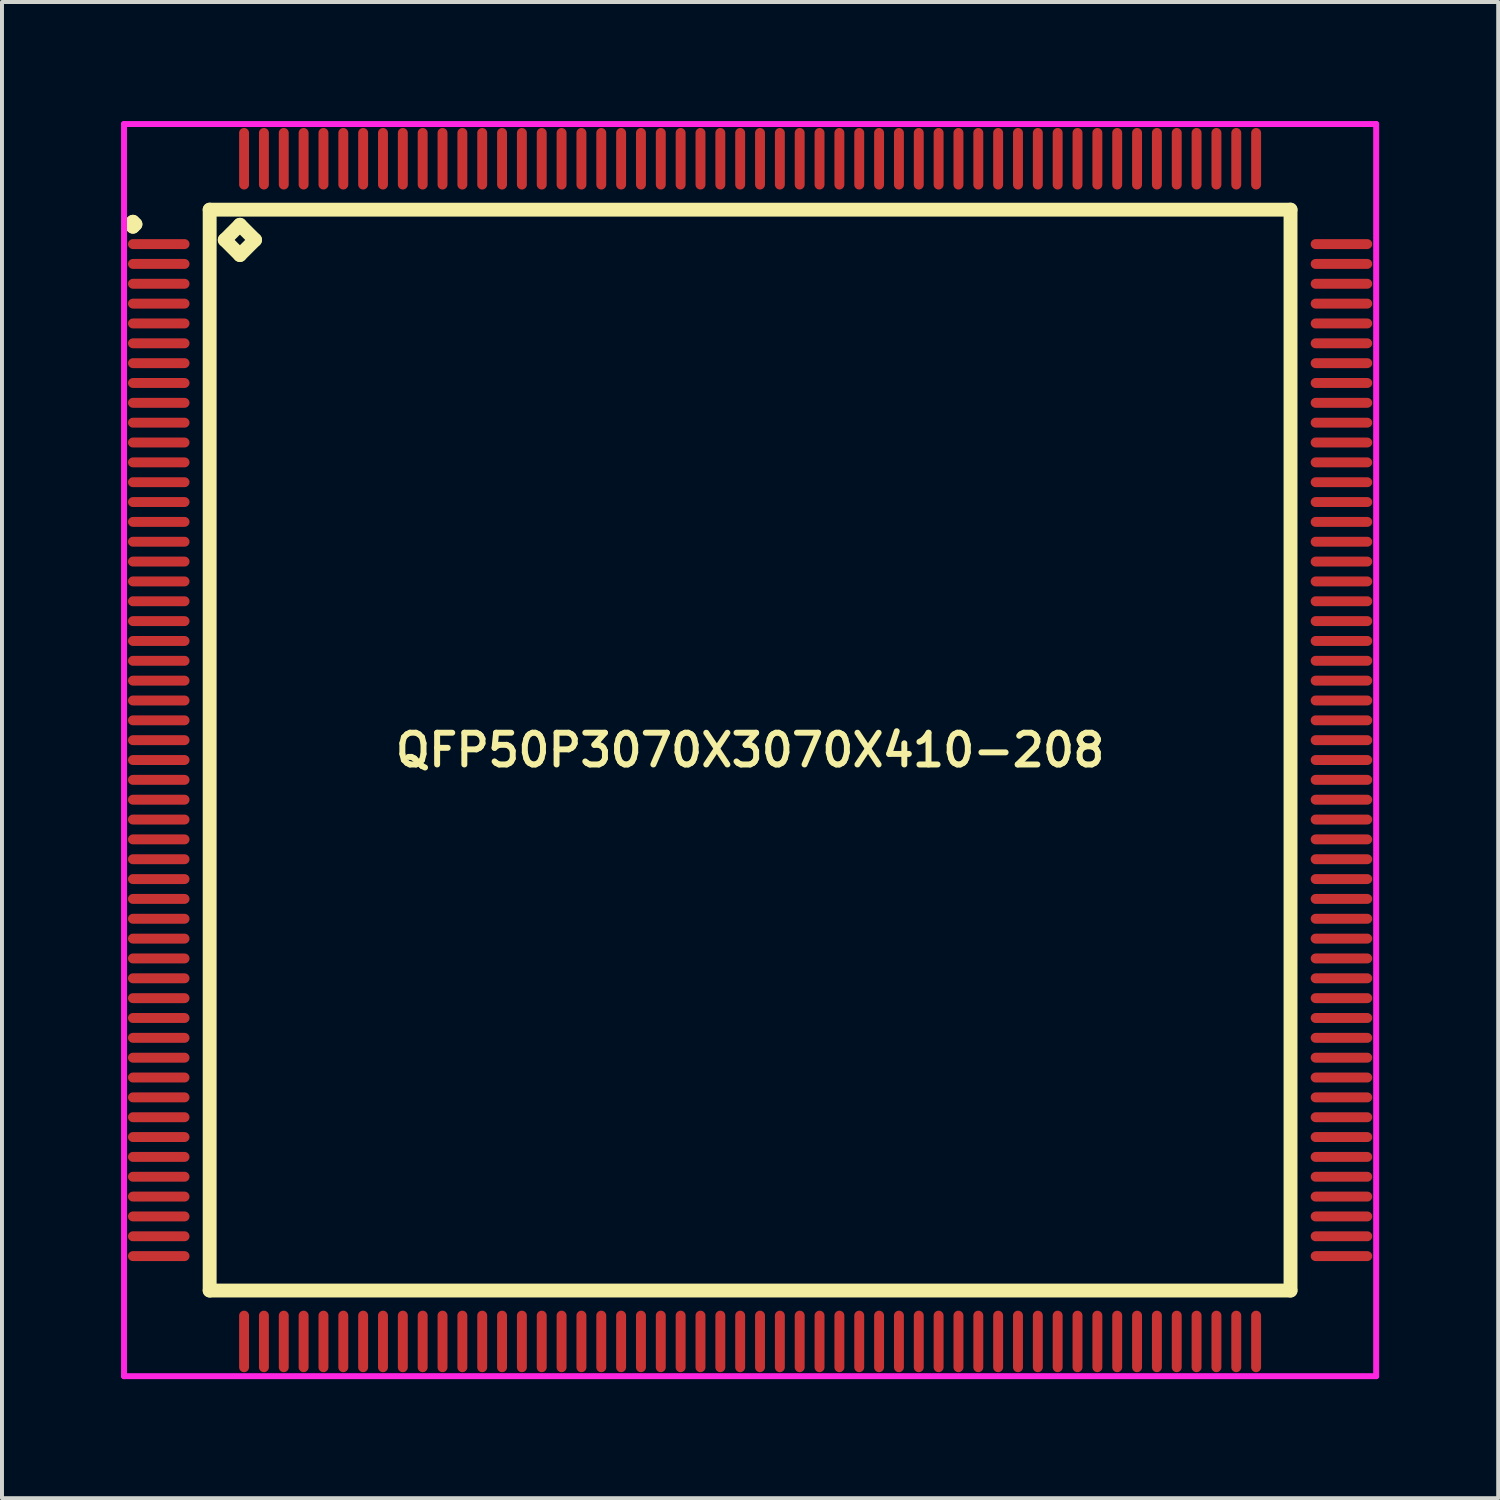
<source format=kicad_pcb>
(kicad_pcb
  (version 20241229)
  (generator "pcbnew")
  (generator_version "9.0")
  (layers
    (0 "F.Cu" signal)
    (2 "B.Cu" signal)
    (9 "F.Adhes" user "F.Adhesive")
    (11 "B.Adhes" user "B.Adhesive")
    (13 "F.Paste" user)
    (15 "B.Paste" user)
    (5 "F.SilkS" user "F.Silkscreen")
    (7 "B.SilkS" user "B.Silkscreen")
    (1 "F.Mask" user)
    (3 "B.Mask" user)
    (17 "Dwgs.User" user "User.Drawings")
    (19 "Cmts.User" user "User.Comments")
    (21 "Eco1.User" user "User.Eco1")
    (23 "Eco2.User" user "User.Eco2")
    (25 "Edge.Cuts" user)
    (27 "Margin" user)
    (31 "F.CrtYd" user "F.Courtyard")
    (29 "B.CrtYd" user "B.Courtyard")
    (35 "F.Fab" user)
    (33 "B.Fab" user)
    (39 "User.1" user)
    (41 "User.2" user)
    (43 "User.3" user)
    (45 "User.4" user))
  (footprint "QFP50P3070X3070X410-208"
    (layer "F.Cu")
    (at 15.85 15.85)
    (property "Reference" "QFP50P3070X3070X410-208" (at 0 0 0) (layer "F.SilkS") (effects (font (size 0.8 0.8) (thickness 0.15))))
    (attr smd)
    (fp_line (start -15.613 -13.25) (end -15.55 -13.312) (stroke (width 0.35) (type solid)) (layer "F.SilkS"))
    (fp_line (start -15.55 -13.312) (end -15.488 -13.25) (stroke (width 0.35) (type solid)) (layer "F.SilkS"))
    (fp_line (start -15.55 -13.188) (end -15.613 -13.25) (stroke (width 0.35) (type solid)) (layer "F.SilkS"))
    (fp_line (start -15.488 -13.25) (end -15.55 -13.188) (stroke (width 0.35) (type solid)) (layer "F.SilkS"))
    (fp_line (start -13.617 -13.617) (end -13.617 13.617) (stroke (width 0.35) (type solid)) (layer "F.SilkS"))
    (fp_line (start -13.617 13.617) (end 13.617 13.617) (stroke (width 0.35) (type solid)) (layer "F.SilkS"))
    (fp_line (start -13.236 -12.855) (end -12.855 -13.236) (stroke (width 0.35) (type solid)) (layer "F.SilkS"))
    (fp_line (start -12.855 -13.236) (end -12.474 -12.855) (stroke (width 0.35) (type solid)) (layer "F.SilkS"))
    (fp_line (start -12.855 -12.474) (end -13.236 -12.855) (stroke (width 0.35) (type solid)) (layer "F.SilkS"))
    (fp_line (start -12.474 -12.855) (end -12.855 -12.474) (stroke (width 0.35) (type solid)) (layer "F.SilkS"))
    (fp_line (start 13.617 -13.617) (end -13.617 -13.617) (stroke (width 0.35) (type solid)) (layer "F.SilkS"))
    (fp_line (start 13.617 13.617) (end 13.617 -13.617) (stroke (width 0.35) (type solid)) (layer "F.SilkS"))
    (fp_line (start -15.775 -15.775) (end 15.775 -15.775) (stroke (width 0.15) (type solid)) (layer "F.CrtYd"))
    (fp_line (start -15.775 15.775) (end -15.775 -15.775) (stroke (width 0.15) (type solid)) (layer "F.CrtYd"))
    (fp_line (start 15.775 -15.775) (end 15.775 15.775) (stroke (width 0.15) (type solid)) (layer "F.CrtYd"))
    (fp_line (start 15.775 15.775) (end -15.775 15.775) (stroke (width 0.15) (type solid)) (layer "F.CrtYd"))
    (pad "1" smd oval (at -14.9 -12.75) (size 1.55 0.25) (layers "F.Cu" "F.Mask" "F.Paste"))
    (pad "2" smd oval (at -14.9 -12.25) (size 1.55 0.25) (layers "F.Cu" "F.Mask" "F.Paste"))
    (pad "3" smd oval (at -14.9 -11.75) (size 1.55 0.25) (layers "F.Cu" "F.Mask" "F.Paste"))
    (pad "4" smd oval (at -14.9 -11.25) (size 1.55 0.25) (layers "F.Cu" "F.Mask" "F.Paste"))
    (pad "5" smd oval (at -14.9 -10.75) (size 1.55 0.25) (layers "F.Cu" "F.Mask" "F.Paste"))
    (pad "6" smd oval (at -14.9 -10.25) (size 1.55 0.25) (layers "F.Cu" "F.Mask" "F.Paste"))
    (pad "7" smd oval (at -14.9 -9.75) (size 1.55 0.25) (layers "F.Cu" "F.Mask" "F.Paste"))
    (pad "8" smd oval (at -14.9 -9.25) (size 1.55 0.25) (layers "F.Cu" "F.Mask" "F.Paste"))
    (pad "9" smd oval (at -14.9 -8.75) (size 1.55 0.25) (layers "F.Cu" "F.Mask" "F.Paste"))
    (pad "10" smd oval (at -14.9 -8.25) (size 1.55 0.25) (layers "F.Cu" "F.Mask" "F.Paste"))
    (pad "11" smd oval (at -14.9 -7.75) (size 1.55 0.25) (layers "F.Cu" "F.Mask" "F.Paste"))
    (pad "12" smd oval (at -14.9 -7.25) (size 1.55 0.25) (layers "F.Cu" "F.Mask" "F.Paste"))
    (pad "13" smd oval (at -14.9 -6.75) (size 1.55 0.25) (layers "F.Cu" "F.Mask" "F.Paste"))
    (pad "14" smd oval (at -14.9 -6.25) (size 1.55 0.25) (layers "F.Cu" "F.Mask" "F.Paste"))
    (pad "15" smd oval (at -14.9 -5.75) (size 1.55 0.25) (layers "F.Cu" "F.Mask" "F.Paste"))
    (pad "16" smd oval (at -14.9 -5.25) (size 1.55 0.25) (layers "F.Cu" "F.Mask" "F.Paste"))
    (pad "17" smd oval (at -14.9 -4.75) (size 1.55 0.25) (layers "F.Cu" "F.Mask" "F.Paste"))
    (pad "18" smd oval (at -14.9 -4.25) (size 1.55 0.25) (layers "F.Cu" "F.Mask" "F.Paste"))
    (pad "19" smd oval (at -14.9 -3.75) (size 1.55 0.25) (layers "F.Cu" "F.Mask" "F.Paste"))
    (pad "20" smd oval (at -14.9 -3.25) (size 1.55 0.25) (layers "F.Cu" "F.Mask" "F.Paste"))
    (pad "21" smd oval (at -14.9 -2.75) (size 1.55 0.25) (layers "F.Cu" "F.Mask" "F.Paste"))
    (pad "22" smd oval (at -14.9 -2.25) (size 1.55 0.25) (layers "F.Cu" "F.Mask" "F.Paste"))
    (pad "23" smd oval (at -14.9 -1.75) (size 1.55 0.25) (layers "F.Cu" "F.Mask" "F.Paste"))
    (pad "24" smd oval (at -14.9 -1.25) (size 1.55 0.25) (layers "F.Cu" "F.Mask" "F.Paste"))
    (pad "25" smd oval (at -14.9 -0.75) (size 1.55 0.25) (layers "F.Cu" "F.Mask" "F.Paste"))
    (pad "26" smd oval (at -14.9 -0.25) (size 1.55 0.25) (layers "F.Cu" "F.Mask" "F.Paste"))
    (pad "27" smd oval (at -14.9 0.25) (size 1.55 0.25) (layers "F.Cu" "F.Mask" "F.Paste"))
    (pad "28" smd oval (at -14.9 0.75) (size 1.55 0.25) (layers "F.Cu" "F.Mask" "F.Paste"))
    (pad "29" smd oval (at -14.9 1.25) (size 1.55 0.25) (layers "F.Cu" "F.Mask" "F.Paste"))
    (pad "30" smd oval (at -14.9 1.75) (size 1.55 0.25) (layers "F.Cu" "F.Mask" "F.Paste"))
    (pad "31" smd oval (at -14.9 2.25) (size 1.55 0.25) (layers "F.Cu" "F.Mask" "F.Paste"))
    (pad "32" smd oval (at -14.9 2.75) (size 1.55 0.25) (layers "F.Cu" "F.Mask" "F.Paste"))
    (pad "33" smd oval (at -14.9 3.25) (size 1.55 0.25) (layers "F.Cu" "F.Mask" "F.Paste"))
    (pad "34" smd oval (at -14.9 3.75) (size 1.55 0.25) (layers "F.Cu" "F.Mask" "F.Paste"))
    (pad "35" smd oval (at -14.9 4.25) (size 1.55 0.25) (layers "F.Cu" "F.Mask" "F.Paste"))
    (pad "36" smd oval (at -14.9 4.75) (size 1.55 0.25) (layers "F.Cu" "F.Mask" "F.Paste"))
    (pad "37" smd oval (at -14.9 5.25) (size 1.55 0.25) (layers "F.Cu" "F.Mask" "F.Paste"))
    (pad "38" smd oval (at -14.9 5.75) (size 1.55 0.25) (layers "F.Cu" "F.Mask" "F.Paste"))
    (pad "39" smd oval (at -14.9 6.25) (size 1.55 0.25) (layers "F.Cu" "F.Mask" "F.Paste"))
    (pad "40" smd oval (at -14.9 6.75) (size 1.55 0.25) (layers "F.Cu" "F.Mask" "F.Paste"))
    (pad "41" smd oval (at -14.9 7.25) (size 1.55 0.25) (layers "F.Cu" "F.Mask" "F.Paste"))
    (pad "42" smd oval (at -14.9 7.75) (size 1.55 0.25) (layers "F.Cu" "F.Mask" "F.Paste"))
    (pad "43" smd oval (at -14.9 8.25) (size 1.55 0.25) (layers "F.Cu" "F.Mask" "F.Paste"))
    (pad "44" smd oval (at -14.9 8.75) (size 1.55 0.25) (layers "F.Cu" "F.Mask" "F.Paste"))
    (pad "45" smd oval (at -14.9 9.25) (size 1.55 0.25) (layers "F.Cu" "F.Mask" "F.Paste"))
    (pad "46" smd oval (at -14.9 9.75) (size 1.55 0.25) (layers "F.Cu" "F.Mask" "F.Paste"))
    (pad "47" smd oval (at -14.9 10.25) (size 1.55 0.25) (layers "F.Cu" "F.Mask" "F.Paste"))
    (pad "48" smd oval (at -14.9 10.75) (size 1.55 0.25) (layers "F.Cu" "F.Mask" "F.Paste"))
    (pad "49" smd oval (at -14.9 11.25) (size 1.55 0.25) (layers "F.Cu" "F.Mask" "F.Paste"))
    (pad "50" smd oval (at -14.9 11.75) (size 1.55 0.25) (layers "F.Cu" "F.Mask" "F.Paste"))
    (pad "51" smd oval (at -14.9 12.25) (size 1.55 0.25) (layers "F.Cu" "F.Mask" "F.Paste"))
    (pad "52" smd oval (at -14.9 12.75) (size 1.55 0.25) (layers "F.Cu" "F.Mask" "F.Paste"))
    (pad "53" smd oval (at -12.75 14.9) (size 0.25 1.55) (layers "F.Cu" "F.Mask" "F.Paste"))
    (pad "54" smd oval (at -12.25 14.9) (size 0.25 1.55) (layers "F.Cu" "F.Mask" "F.Paste"))
    (pad "55" smd oval (at -11.75 14.9) (size 0.25 1.55) (layers "F.Cu" "F.Mask" "F.Paste"))
    (pad "56" smd oval (at -11.25 14.9) (size 0.25 1.55) (layers "F.Cu" "F.Mask" "F.Paste"))
    (pad "57" smd oval (at -10.75 14.9) (size 0.25 1.55) (layers "F.Cu" "F.Mask" "F.Paste"))
    (pad "58" smd oval (at -10.25 14.9) (size 0.25 1.55) (layers "F.Cu" "F.Mask" "F.Paste"))
    (pad "59" smd oval (at -9.75 14.9) (size 0.25 1.55) (layers "F.Cu" "F.Mask" "F.Paste"))
    (pad "60" smd oval (at -9.25 14.9) (size 0.25 1.55) (layers "F.Cu" "F.Mask" "F.Paste"))
    (pad "61" smd oval (at -8.75 14.9) (size 0.25 1.55) (layers "F.Cu" "F.Mask" "F.Paste"))
    (pad "62" smd oval (at -8.25 14.9) (size 0.25 1.55) (layers "F.Cu" "F.Mask" "F.Paste"))
    (pad "63" smd oval (at -7.75 14.9) (size 0.25 1.55) (layers "F.Cu" "F.Mask" "F.Paste"))
    (pad "64" smd oval (at -7.25 14.9) (size 0.25 1.55) (layers "F.Cu" "F.Mask" "F.Paste"))
    (pad "65" smd oval (at -6.75 14.9) (size 0.25 1.55) (layers "F.Cu" "F.Mask" "F.Paste"))
    (pad "66" smd oval (at -6.25 14.9) (size 0.25 1.55) (layers "F.Cu" "F.Mask" "F.Paste"))
    (pad "67" smd oval (at -5.75 14.9) (size 0.25 1.55) (layers "F.Cu" "F.Mask" "F.Paste"))
    (pad "68" smd oval (at -5.25 14.9) (size 0.25 1.55) (layers "F.Cu" "F.Mask" "F.Paste"))
    (pad "69" smd oval (at -4.75 14.9) (size 0.25 1.55) (layers "F.Cu" "F.Mask" "F.Paste"))
    (pad "70" smd oval (at -4.25 14.9) (size 0.25 1.55) (layers "F.Cu" "F.Mask" "F.Paste"))
    (pad "71" smd oval (at -3.75 14.9) (size 0.25 1.55) (layers "F.Cu" "F.Mask" "F.Paste"))
    (pad "72" smd oval (at -3.25 14.9) (size 0.25 1.55) (layers "F.Cu" "F.Mask" "F.Paste"))
    (pad "73" smd oval (at -2.75 14.9) (size 0.25 1.55) (layers "F.Cu" "F.Mask" "F.Paste"))
    (pad "74" smd oval (at -2.25 14.9) (size 0.25 1.55) (layers "F.Cu" "F.Mask" "F.Paste"))
    (pad "75" smd oval (at -1.75 14.9) (size 0.25 1.55) (layers "F.Cu" "F.Mask" "F.Paste"))
    (pad "76" smd oval (at -1.25 14.9) (size 0.25 1.55) (layers "F.Cu" "F.Mask" "F.Paste"))
    (pad "77" smd oval (at -0.75 14.9) (size 0.25 1.55) (layers "F.Cu" "F.Mask" "F.Paste"))
    (pad "78" smd oval (at -0.25 14.9) (size 0.25 1.55) (layers "F.Cu" "F.Mask" "F.Paste"))
    (pad "79" smd oval (at 0.25 14.9) (size 0.25 1.55) (layers "F.Cu" "F.Mask" "F.Paste"))
    (pad "80" smd oval (at 0.75 14.9) (size 0.25 1.55) (layers "F.Cu" "F.Mask" "F.Paste"))
    (pad "81" smd oval (at 1.25 14.9) (size 0.25 1.55) (layers "F.Cu" "F.Mask" "F.Paste"))
    (pad "82" smd oval (at 1.75 14.9) (size 0.25 1.55) (layers "F.Cu" "F.Mask" "F.Paste"))
    (pad "83" smd oval (at 2.25 14.9) (size 0.25 1.55) (layers "F.Cu" "F.Mask" "F.Paste"))
    (pad "84" smd oval (at 2.75 14.9) (size 0.25 1.55) (layers "F.Cu" "F.Mask" "F.Paste"))
    (pad "85" smd oval (at 3.25 14.9) (size 0.25 1.55) (layers "F.Cu" "F.Mask" "F.Paste"))
    (pad "86" smd oval (at 3.75 14.9) (size 0.25 1.55) (layers "F.Cu" "F.Mask" "F.Paste"))
    (pad "87" smd oval (at 4.25 14.9) (size 0.25 1.55) (layers "F.Cu" "F.Mask" "F.Paste"))
    (pad "88" smd oval (at 4.75 14.9) (size 0.25 1.55) (layers "F.Cu" "F.Mask" "F.Paste"))
    (pad "89" smd oval (at 5.25 14.9) (size 0.25 1.55) (layers "F.Cu" "F.Mask" "F.Paste"))
    (pad "90" smd oval (at 5.75 14.9) (size 0.25 1.55) (layers "F.Cu" "F.Mask" "F.Paste"))
    (pad "91" smd oval (at 6.25 14.9) (size 0.25 1.55) (layers "F.Cu" "F.Mask" "F.Paste"))
    (pad "92" smd oval (at 6.75 14.9) (size 0.25 1.55) (layers "F.Cu" "F.Mask" "F.Paste"))
    (pad "93" smd oval (at 7.25 14.9) (size 0.25 1.55) (layers "F.Cu" "F.Mask" "F.Paste"))
    (pad "94" smd oval (at 7.75 14.9) (size 0.25 1.55) (layers "F.Cu" "F.Mask" "F.Paste"))
    (pad "95" smd oval (at 8.25 14.9) (size 0.25 1.55) (layers "F.Cu" "F.Mask" "F.Paste"))
    (pad "96" smd oval (at 8.75 14.9) (size 0.25 1.55) (layers "F.Cu" "F.Mask" "F.Paste"))
    (pad "97" smd oval (at 9.25 14.9) (size 0.25 1.55) (layers "F.Cu" "F.Mask" "F.Paste"))
    (pad "98" smd oval (at 9.75 14.9) (size 0.25 1.55) (layers "F.Cu" "F.Mask" "F.Paste"))
    (pad "99" smd oval (at 10.25 14.9) (size 0.25 1.55) (layers "F.Cu" "F.Mask" "F.Paste"))
    (pad "100" smd oval (at 10.75 14.9) (size 0.25 1.55) (layers "F.Cu" "F.Mask" "F.Paste"))
    (pad "101" smd oval (at 11.25 14.9) (size 0.25 1.55) (layers "F.Cu" "F.Mask" "F.Paste"))
    (pad "102" smd oval (at 11.75 14.9) (size 0.25 1.55) (layers "F.Cu" "F.Mask" "F.Paste"))
    (pad "103" smd oval (at 12.25 14.9) (size 0.25 1.55) (layers "F.Cu" "F.Mask" "F.Paste"))
    (pad "104" smd oval (at 12.75 14.9) (size 0.25 1.55) (layers "F.Cu" "F.Mask" "F.Paste"))
    (pad "105" smd oval (at 14.9 12.75) (size 1.55 0.25) (layers "F.Cu" "F.Mask" "F.Paste"))
    (pad "106" smd oval (at 14.9 12.25) (size 1.55 0.25) (layers "F.Cu" "F.Mask" "F.Paste"))
    (pad "107" smd oval (at 14.9 11.75) (size 1.55 0.25) (layers "F.Cu" "F.Mask" "F.Paste"))
    (pad "108" smd oval (at 14.9 11.25) (size 1.55 0.25) (layers "F.Cu" "F.Mask" "F.Paste"))
    (pad "109" smd oval (at 14.9 10.75) (size 1.55 0.25) (layers "F.Cu" "F.Mask" "F.Paste"))
    (pad "110" smd oval (at 14.9 10.25) (size 1.55 0.25) (layers "F.Cu" "F.Mask" "F.Paste"))
    (pad "111" smd oval (at 14.9 9.75) (size 1.55 0.25) (layers "F.Cu" "F.Mask" "F.Paste"))
    (pad "112" smd oval (at 14.9 9.25) (size 1.55 0.25) (layers "F.Cu" "F.Mask" "F.Paste"))
    (pad "113" smd oval (at 14.9 8.75) (size 1.55 0.25) (layers "F.Cu" "F.Mask" "F.Paste"))
    (pad "114" smd oval (at 14.9 8.25) (size 1.55 0.25) (layers "F.Cu" "F.Mask" "F.Paste"))
    (pad "115" smd oval (at 14.9 7.75) (size 1.55 0.25) (layers "F.Cu" "F.Mask" "F.Paste"))
    (pad "116" smd oval (at 14.9 7.25) (size 1.55 0.25) (layers "F.Cu" "F.Mask" "F.Paste"))
    (pad "117" smd oval (at 14.9 6.75) (size 1.55 0.25) (layers "F.Cu" "F.Mask" "F.Paste"))
    (pad "118" smd oval (at 14.9 6.25) (size 1.55 0.25) (layers "F.Cu" "F.Mask" "F.Paste"))
    (pad "119" smd oval (at 14.9 5.75) (size 1.55 0.25) (layers "F.Cu" "F.Mask" "F.Paste"))
    (pad "120" smd oval (at 14.9 5.25) (size 1.55 0.25) (layers "F.Cu" "F.Mask" "F.Paste"))
    (pad "121" smd oval (at 14.9 4.75) (size 1.55 0.25) (layers "F.Cu" "F.Mask" "F.Paste"))
    (pad "122" smd oval (at 14.9 4.25) (size 1.55 0.25) (layers "F.Cu" "F.Mask" "F.Paste"))
    (pad "123" smd oval (at 14.9 3.75) (size 1.55 0.25) (layers "F.Cu" "F.Mask" "F.Paste"))
    (pad "124" smd oval (at 14.9 3.25) (size 1.55 0.25) (layers "F.Cu" "F.Mask" "F.Paste"))
    (pad "125" smd oval (at 14.9 2.75) (size 1.55 0.25) (layers "F.Cu" "F.Mask" "F.Paste"))
    (pad "126" smd oval (at 14.9 2.25) (size 1.55 0.25) (layers "F.Cu" "F.Mask" "F.Paste"))
    (pad "127" smd oval (at 14.9 1.75) (size 1.55 0.25) (layers "F.Cu" "F.Mask" "F.Paste"))
    (pad "128" smd oval (at 14.9 1.25) (size 1.55 0.25) (layers "F.Cu" "F.Mask" "F.Paste"))
    (pad "129" smd oval (at 14.9 0.75) (size 1.55 0.25) (layers "F.Cu" "F.Mask" "F.Paste"))
    (pad "130" smd oval (at 14.9 0.25) (size 1.55 0.25) (layers "F.Cu" "F.Mask" "F.Paste"))
    (pad "131" smd oval (at 14.9 -0.25) (size 1.55 0.25) (layers "F.Cu" "F.Mask" "F.Paste"))
    (pad "132" smd oval (at 14.9 -0.75) (size 1.55 0.25) (layers "F.Cu" "F.Mask" "F.Paste"))
    (pad "133" smd oval (at 14.9 -1.25) (size 1.55 0.25) (layers "F.Cu" "F.Mask" "F.Paste"))
    (pad "134" smd oval (at 14.9 -1.75) (size 1.55 0.25) (layers "F.Cu" "F.Mask" "F.Paste"))
    (pad "135" smd oval (at 14.9 -2.25) (size 1.55 0.25) (layers "F.Cu" "F.Mask" "F.Paste"))
    (pad "136" smd oval (at 14.9 -2.75) (size 1.55 0.25) (layers "F.Cu" "F.Mask" "F.Paste"))
    (pad "137" smd oval (at 14.9 -3.25) (size 1.55 0.25) (layers "F.Cu" "F.Mask" "F.Paste"))
    (pad "138" smd oval (at 14.9 -3.75) (size 1.55 0.25) (layers "F.Cu" "F.Mask" "F.Paste"))
    (pad "139" smd oval (at 14.9 -4.25) (size 1.55 0.25) (layers "F.Cu" "F.Mask" "F.Paste"))
    (pad "140" smd oval (at 14.9 -4.75) (size 1.55 0.25) (layers "F.Cu" "F.Mask" "F.Paste"))
    (pad "141" smd oval (at 14.9 -5.25) (size 1.55 0.25) (layers "F.Cu" "F.Mask" "F.Paste"))
    (pad "142" smd oval (at 14.9 -5.75) (size 1.55 0.25) (layers "F.Cu" "F.Mask" "F.Paste"))
    (pad "143" smd oval (at 14.9 -6.25) (size 1.55 0.25) (layers "F.Cu" "F.Mask" "F.Paste"))
    (pad "144" smd oval (at 14.9 -6.75) (size 1.55 0.25) (layers "F.Cu" "F.Mask" "F.Paste"))
    (pad "145" smd oval (at 14.9 -7.25) (size 1.55 0.25) (layers "F.Cu" "F.Mask" "F.Paste"))
    (pad "146" smd oval (at 14.9 -7.75) (size 1.55 0.25) (layers "F.Cu" "F.Mask" "F.Paste"))
    (pad "147" smd oval (at 14.9 -8.25) (size 1.55 0.25) (layers "F.Cu" "F.Mask" "F.Paste"))
    (pad "148" smd oval (at 14.9 -8.75) (size 1.55 0.25) (layers "F.Cu" "F.Mask" "F.Paste"))
    (pad "149" smd oval (at 14.9 -9.25) (size 1.55 0.25) (layers "F.Cu" "F.Mask" "F.Paste"))
    (pad "150" smd oval (at 14.9 -9.75) (size 1.55 0.25) (layers "F.Cu" "F.Mask" "F.Paste"))
    (pad "151" smd oval (at 14.9 -10.25) (size 1.55 0.25) (layers "F.Cu" "F.Mask" "F.Paste"))
    (pad "152" smd oval (at 14.9 -10.75) (size 1.55 0.25) (layers "F.Cu" "F.Mask" "F.Paste"))
    (pad "153" smd oval (at 14.9 -11.25) (size 1.55 0.25) (layers "F.Cu" "F.Mask" "F.Paste"))
    (pad "154" smd oval (at 14.9 -11.75) (size 1.55 0.25) (layers "F.Cu" "F.Mask" "F.Paste"))
    (pad "155" smd oval (at 14.9 -12.25) (size 1.55 0.25) (layers "F.Cu" "F.Mask" "F.Paste"))
    (pad "156" smd oval (at 14.9 -12.75) (size 1.55 0.25) (layers "F.Cu" "F.Mask" "F.Paste"))
    (pad "157" smd oval (at 12.75 -14.9) (size 0.25 1.55) (layers "F.Cu" "F.Mask" "F.Paste"))
    (pad "158" smd oval (at 12.25 -14.9) (size 0.25 1.55) (layers "F.Cu" "F.Mask" "F.Paste"))
    (pad "159" smd oval (at 11.75 -14.9) (size 0.25 1.55) (layers "F.Cu" "F.Mask" "F.Paste"))
    (pad "160" smd oval (at 11.25 -14.9) (size 0.25 1.55) (layers "F.Cu" "F.Mask" "F.Paste"))
    (pad "161" smd oval (at 10.75 -14.9) (size 0.25 1.55) (layers "F.Cu" "F.Mask" "F.Paste"))
    (pad "162" smd oval (at 10.25 -14.9) (size 0.25 1.55) (layers "F.Cu" "F.Mask" "F.Paste"))
    (pad "163" smd oval (at 9.75 -14.9) (size 0.25 1.55) (layers "F.Cu" "F.Mask" "F.Paste"))
    (pad "164" smd oval (at 9.25 -14.9) (size 0.25 1.55) (layers "F.Cu" "F.Mask" "F.Paste"))
    (pad "165" smd oval (at 8.75 -14.9) (size 0.25 1.55) (layers "F.Cu" "F.Mask" "F.Paste"))
    (pad "166" smd oval (at 8.25 -14.9) (size 0.25 1.55) (layers "F.Cu" "F.Mask" "F.Paste"))
    (pad "167" smd oval (at 7.75 -14.9) (size 0.25 1.55) (layers "F.Cu" "F.Mask" "F.Paste"))
    (pad "168" smd oval (at 7.25 -14.9) (size 0.25 1.55) (layers "F.Cu" "F.Mask" "F.Paste"))
    (pad "169" smd oval (at 6.75 -14.9) (size 0.25 1.55) (layers "F.Cu" "F.Mask" "F.Paste"))
    (pad "170" smd oval (at 6.25 -14.9) (size 0.25 1.55) (layers "F.Cu" "F.Mask" "F.Paste"))
    (pad "171" smd oval (at 5.75 -14.9) (size 0.25 1.55) (layers "F.Cu" "F.Mask" "F.Paste"))
    (pad "172" smd oval (at 5.25 -14.9) (size 0.25 1.55) (layers "F.Cu" "F.Mask" "F.Paste"))
    (pad "173" smd oval (at 4.75 -14.9) (size 0.25 1.55) (layers "F.Cu" "F.Mask" "F.Paste"))
    (pad "174" smd oval (at 4.25 -14.9) (size 0.25 1.55) (layers "F.Cu" "F.Mask" "F.Paste"))
    (pad "175" smd oval (at 3.75 -14.9) (size 0.25 1.55) (layers "F.Cu" "F.Mask" "F.Paste"))
    (pad "176" smd oval (at 3.25 -14.9) (size 0.25 1.55) (layers "F.Cu" "F.Mask" "F.Paste"))
    (pad "177" smd oval (at 2.75 -14.9) (size 0.25 1.55) (layers "F.Cu" "F.Mask" "F.Paste"))
    (pad "178" smd oval (at 2.25 -14.9) (size 0.25 1.55) (layers "F.Cu" "F.Mask" "F.Paste"))
    (pad "179" smd oval (at 1.75 -14.9) (size 0.25 1.55) (layers "F.Cu" "F.Mask" "F.Paste"))
    (pad "180" smd oval (at 1.25 -14.9) (size 0.25 1.55) (layers "F.Cu" "F.Mask" "F.Paste"))
    (pad "181" smd oval (at 0.75 -14.9) (size 0.25 1.55) (layers "F.Cu" "F.Mask" "F.Paste"))
    (pad "182" smd oval (at 0.25 -14.9) (size 0.25 1.55) (layers "F.Cu" "F.Mask" "F.Paste"))
    (pad "183" smd oval (at -0.25 -14.9) (size 0.25 1.55) (layers "F.Cu" "F.Mask" "F.Paste"))
    (pad "184" smd oval (at -0.75 -14.9) (size 0.25 1.55) (layers "F.Cu" "F.Mask" "F.Paste"))
    (pad "185" smd oval (at -1.25 -14.9) (size 0.25 1.55) (layers "F.Cu" "F.Mask" "F.Paste"))
    (pad "186" smd oval (at -1.75 -14.9) (size 0.25 1.55) (layers "F.Cu" "F.Mask" "F.Paste"))
    (pad "187" smd oval (at -2.25 -14.9) (size 0.25 1.55) (layers "F.Cu" "F.Mask" "F.Paste"))
    (pad "188" smd oval (at -2.75 -14.9) (size 0.25 1.55) (layers "F.Cu" "F.Mask" "F.Paste"))
    (pad "189" smd oval (at -3.25 -14.9) (size 0.25 1.55) (layers "F.Cu" "F.Mask" "F.Paste"))
    (pad "190" smd oval (at -3.75 -14.9) (size 0.25 1.55) (layers "F.Cu" "F.Mask" "F.Paste"))
    (pad "191" smd oval (at -4.25 -14.9) (size 0.25 1.55) (layers "F.Cu" "F.Mask" "F.Paste"))
    (pad "192" smd oval (at -4.75 -14.9) (size 0.25 1.55) (layers "F.Cu" "F.Mask" "F.Paste"))
    (pad "193" smd oval (at -5.25 -14.9) (size 0.25 1.55) (layers "F.Cu" "F.Mask" "F.Paste"))
    (pad "194" smd oval (at -5.75 -14.9) (size 0.25 1.55) (layers "F.Cu" "F.Mask" "F.Paste"))
    (pad "195" smd oval (at -6.25 -14.9) (size 0.25 1.55) (layers "F.Cu" "F.Mask" "F.Paste"))
    (pad "196" smd oval (at -6.75 -14.9) (size 0.25 1.55) (layers "F.Cu" "F.Mask" "F.Paste"))
    (pad "197" smd oval (at -7.25 -14.9) (size 0.25 1.55) (layers "F.Cu" "F.Mask" "F.Paste"))
    (pad "198" smd oval (at -7.75 -14.9) (size 0.25 1.55) (layers "F.Cu" "F.Mask" "F.Paste"))
    (pad "199" smd oval (at -8.25 -14.9) (size 0.25 1.55) (layers "F.Cu" "F.Mask" "F.Paste"))
    (pad "200" smd oval (at -8.75 -14.9) (size 0.25 1.55) (layers "F.Cu" "F.Mask" "F.Paste"))
    (pad "201" smd oval (at -9.25 -14.9) (size 0.25 1.55) (layers "F.Cu" "F.Mask" "F.Paste"))
    (pad "202" smd oval (at -9.75 -14.9) (size 0.25 1.55) (layers "F.Cu" "F.Mask" "F.Paste"))
    (pad "203" smd oval (at -10.25 -14.9) (size 0.25 1.55) (layers "F.Cu" "F.Mask" "F.Paste"))
    (pad "204" smd oval (at -10.75 -14.9) (size 0.25 1.55) (layers "F.Cu" "F.Mask" "F.Paste"))
    (pad "205" smd oval (at -11.25 -14.9) (size 0.25 1.55) (layers "F.Cu" "F.Mask" "F.Paste"))
    (pad "206" smd oval (at -11.75 -14.9) (size 0.25 1.55) (layers "F.Cu" "F.Mask" "F.Paste"))
    (pad "207" smd oval (at -12.25 -14.9) (size 0.25 1.55) (layers "F.Cu" "F.Mask" "F.Paste"))
    (pad "208" smd oval (at -12.75 -14.9) (size 0.25 1.55) (layers "F.Cu" "F.Mask" "F.Paste")))
  (gr_rect
    (start -3 -3)
    (end 34.7 34.7)
    (stroke (width 0.1) (type default))
    (fill no)
    (layer "Edge.Cuts")))
</source>
